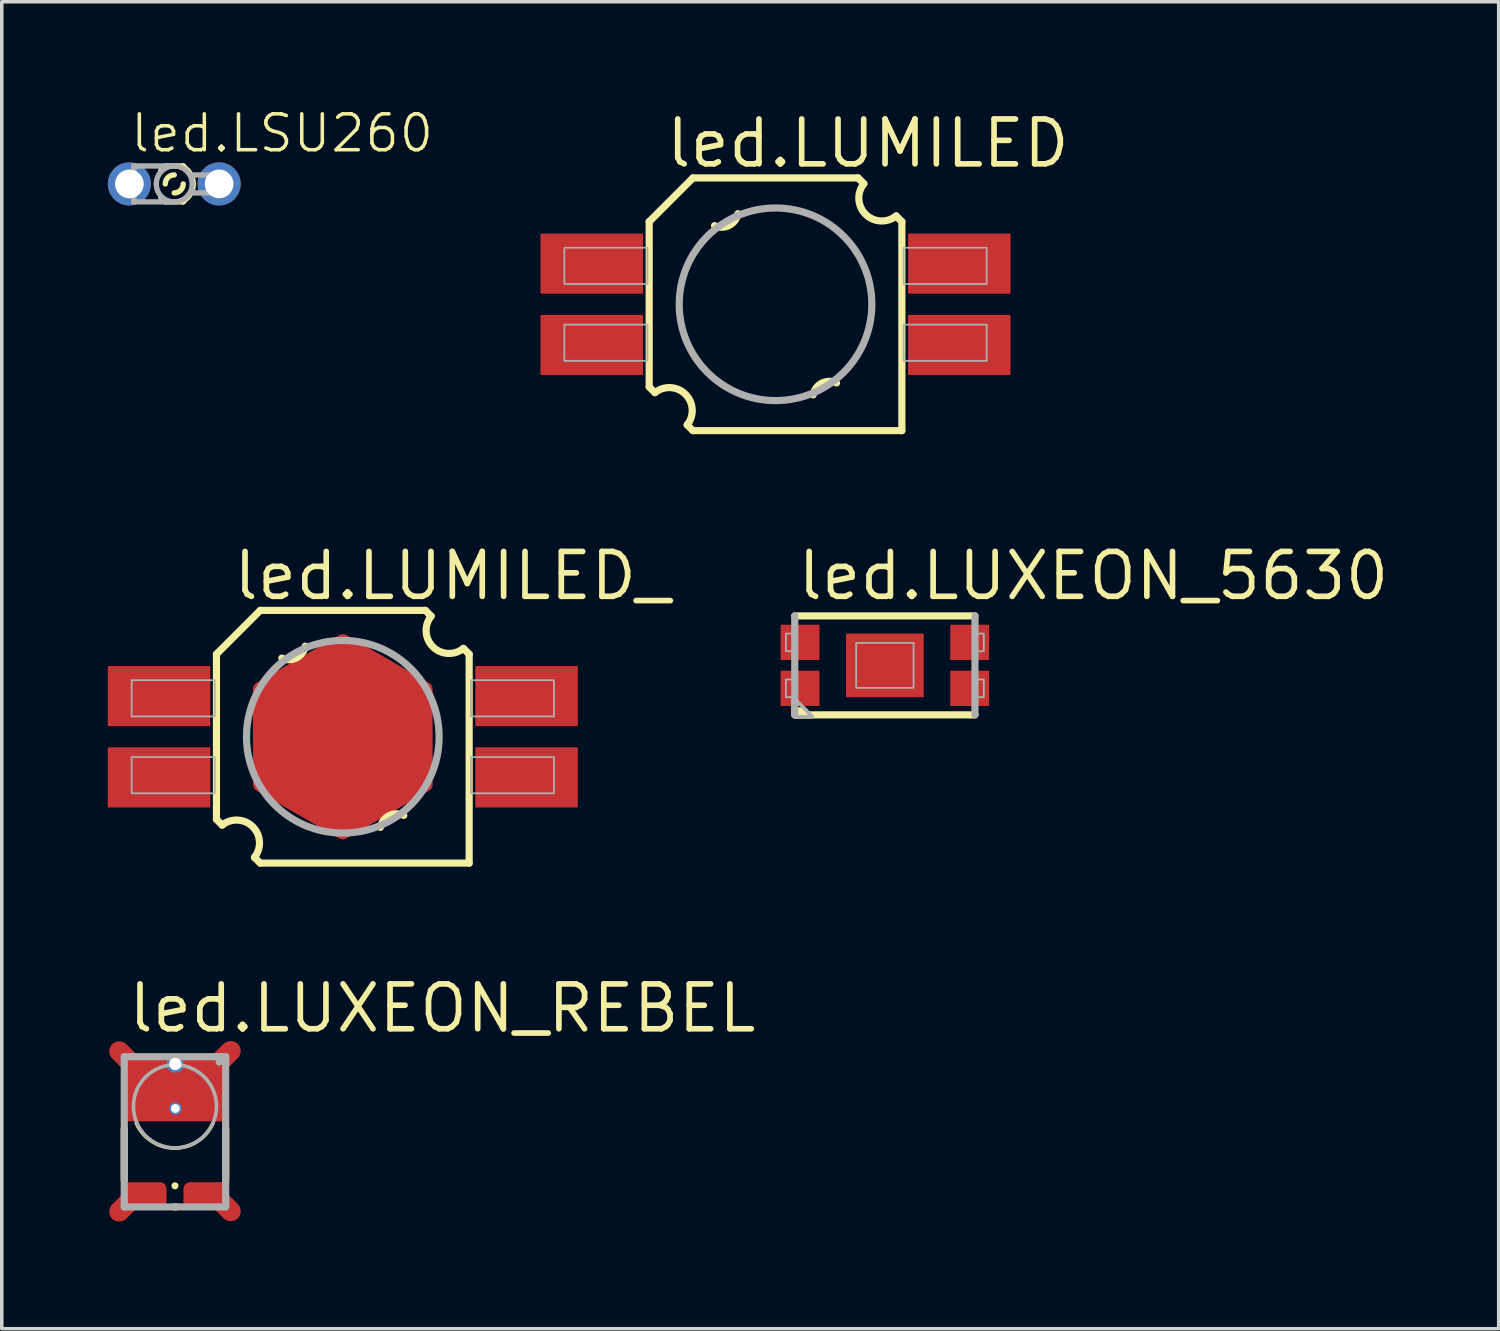
<source format=kicad_pcb>
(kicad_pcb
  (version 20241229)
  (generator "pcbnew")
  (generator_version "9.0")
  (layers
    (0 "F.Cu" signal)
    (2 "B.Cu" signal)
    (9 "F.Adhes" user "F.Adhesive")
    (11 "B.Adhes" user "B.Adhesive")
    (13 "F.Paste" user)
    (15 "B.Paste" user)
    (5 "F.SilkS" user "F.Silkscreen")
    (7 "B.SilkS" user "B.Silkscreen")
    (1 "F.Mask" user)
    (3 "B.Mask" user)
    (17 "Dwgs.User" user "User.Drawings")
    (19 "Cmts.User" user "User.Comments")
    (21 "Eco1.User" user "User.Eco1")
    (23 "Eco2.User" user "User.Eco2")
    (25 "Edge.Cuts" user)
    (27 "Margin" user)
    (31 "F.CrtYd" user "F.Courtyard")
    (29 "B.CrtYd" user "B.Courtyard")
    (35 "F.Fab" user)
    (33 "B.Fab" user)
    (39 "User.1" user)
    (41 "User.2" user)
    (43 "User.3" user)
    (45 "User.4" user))
  (footprint "led.LUMILED_"
    (layer "F.Cu")
    (at 6.65 17.797)
    (property "Reference" "led.LUMILED_" (at -3.175 -3.81 0) (layer "F.SilkS") (effects (font (size 1.27 1.27) (thickness 0.16)) (justify left bottom)))
    (attr smd)
    (fp_poly (pts (xy 2.338 -1.35) (xy 0 -2.7) (xy -2.338 -1.35) (xy -2.338 1.35) (xy 0 2.7) (xy 2.338 1.35)) (stroke (width 0.406) (type default)) (fill yes) (layer "F.Cu"))
    (fp_poly (pts (xy 2.338 -1.35) (xy 0 -2.7) (xy -2.338 -1.35) (xy -2.338 1.35) (xy 0 2.7) (xy 2.338 1.35)) (stroke (width 0.406) (type default)) (fill yes) (layer "F.Mask"))
    (fp_line (start -3.575 -2.337) (end -2.337 -3.575) (stroke (width 0.203) (type default)) (layer "F.SilkS"))
    (fp_line (start -3.575 2.337) (end -3.575 -2.337) (stroke (width 0.203) (type default)) (layer "F.SilkS"))
    (fp_line (start -3.413 2.5) (end -3.575 2.337) (stroke (width 0.203) (type default)) (layer "F.SilkS"))
    (fp_line (start -2.337 -3.575) (end 2.337 -3.575) (stroke (width 0.203) (type default)) (layer "F.SilkS"))
    (fp_line (start -2.337 3.575) (end -2.5 3.413) (stroke (width 0.203) (type default)) (layer "F.SilkS"))
    (fp_line (start 2.337 -3.575) (end 2.5 -3.413) (stroke (width 0.203) (type default)) (layer "F.SilkS"))
    (fp_line (start 3.413 -2.5) (end 3.575 -2.337) (stroke (width 0.203) (type default)) (layer "F.SilkS"))
    (fp_line (start 3.575 -2.337) (end 3.575 3.575) (stroke (width 0.203) (type default)) (layer "F.SilkS"))
    (fp_line (start 3.575 3.575) (end -2.337 3.575) (stroke (width 0.203) (type default)) (layer "F.SilkS"))
    (fp_arc (start -3.4125 2.5) (mid -2.547491 2.547491) (end -2.5 3.4125) (stroke (width 0.2032) (type default)) (layer "F.SilkS"))
    (fp_arc (start -1.0625 -2.5625) (mid -1.310943 -2.231203) (end -1.725 -2.225) (stroke (width 0.2032) (type default)) (layer "F.SilkS"))
    (fp_arc (start 1.0625 2.5625) (mid 1.310943 2.231203) (end 1.725 2.225) (stroke (width 0.2032) (type default)) (layer "F.SilkS"))
    (fp_arc (start 3.4125 -2.5) (mid 2.547491 -2.547491) (end 2.5 -3.4125) (stroke (width 0.2032) (type default)) (layer "F.SilkS"))
    (fp_poly (pts (xy 2.338 -1.35) (xy 0 -2.7) (xy -2.338 -1.35) (xy -2.338 1.35) (xy 0 2.7) (xy 2.338 1.35)) (stroke (width 0.406) (type default)) (fill yes) (layer "F.Paste"))
    (fp_rect (start -5.975 -0.575) (end -3.625 -1.6) (stroke (width 0.05) (type default)) (fill no) (layer "F.Fab"))
    (fp_rect (start -5.975 1.6) (end -3.625 0.575) (stroke (width 0.05) (type default)) (fill no) (layer "F.Fab"))
    (fp_rect (start 3.625 -0.575) (end 5.975 -1.6) (stroke (width 0.05) (type default)) (fill no) (layer "F.Fab"))
    (fp_rect (start 3.625 1.6) (end 5.975 0.575) (stroke (width 0.05) (type default)) (fill no) (layer "F.Fab"))
    (fp_circle (center 0 0) (end 2.725 0) (stroke (width 0.203) (type default)) (fill no) (layer "F.Fab"))
    (pad "1NC" smd roundrect (at -5.2 -1.15) (size 2.9 1.7) (layers "F.Cu" "F.Mask" "F.Paste") (roundrect_rratio 0.01))
    (pad "2+" smd roundrect (at -5.2 1.15) (size 2.9 1.7) (layers "F.Cu" "F.Mask" "F.Paste") (roundrect_rratio 0.01))
    (pad "3NC" smd roundrect (at 5.2 1.15 180) (size 2.9 1.7) (layers "F.Cu" "F.Mask" "F.Paste") (roundrect_rratio 0.01))
    (pad "4-" smd roundrect (at 5.2 -1.15 180) (size 2.9 1.7) (layers "F.Cu" "F.Mask" "F.Paste") (roundrect_rratio 0.01)))
  (footprint "led.LUMILED"
    (layer "F.Cu")
    (at 18.894 5.56)
    (property "Reference" "led.LUMILED" (at -3.175 -3.81 0) (layer "F.SilkS") (effects (font (size 1.27 1.27) (thickness 0.16)) (justify left bottom)))
    (attr smd)
    (fp_poly (pts (xy 2.338 -1.35) (xy 0 -2.7) (xy -2.338 -1.35) (xy -2.338 1.35) (xy 0 2.7) (xy 2.338 1.35)) (stroke (width 0.406) (type default)) (fill yes) (layer "F.Mask"))
    (fp_line (start -3.575 -2.337) (end -2.337 -3.575) (stroke (width 0.203) (type default)) (layer "F.SilkS"))
    (fp_line (start -3.575 2.337) (end -3.575 -2.337) (stroke (width 0.203) (type default)) (layer "F.SilkS"))
    (fp_line (start -3.413 2.5) (end -3.575 2.337) (stroke (width 0.203) (type default)) (layer "F.SilkS"))
    (fp_line (start -2.337 -3.575) (end 2.337 -3.575) (stroke (width 0.203) (type default)) (layer "F.SilkS"))
    (fp_line (start -2.337 3.575) (end -2.5 3.413) (stroke (width 0.203) (type default)) (layer "F.SilkS"))
    (fp_line (start 2.337 -3.575) (end 2.5 -3.413) (stroke (width 0.203) (type default)) (layer "F.SilkS"))
    (fp_line (start 3.413 -2.5) (end 3.575 -2.337) (stroke (width 0.203) (type default)) (layer "F.SilkS"))
    (fp_line (start 3.575 -2.337) (end 3.575 3.575) (stroke (width 0.203) (type default)) (layer "F.SilkS"))
    (fp_line (start 3.575 3.575) (end -2.337 3.575) (stroke (width 0.203) (type default)) (layer "F.SilkS"))
    (fp_arc (start -3.4125 2.5) (mid -2.547491 2.547491) (end -2.5 3.4125) (stroke (width 0.2032) (type default)) (layer "F.SilkS"))
    (fp_arc (start -1.0625 -2.5625) (mid -1.310943 -2.231203) (end -1.725 -2.225) (stroke (width 0.2032) (type default)) (layer "F.SilkS"))
    (fp_arc (start 1.0625 2.5625) (mid 1.310943 2.231203) (end 1.725 2.225) (stroke (width 0.2032) (type default)) (layer "F.SilkS"))
    (fp_arc (start 3.4125 -2.5) (mid 2.547491 -2.547491) (end 2.5 -3.4125) (stroke (width 0.2032) (type default)) (layer "F.SilkS"))
    (fp_poly (pts (xy 2.338 -1.35) (xy 0 -2.7) (xy -2.338 -1.35) (xy -2.338 1.35) (xy 0 2.7) (xy 2.338 1.35)) (stroke (width 0.406) (type default)) (fill yes) (layer "F.Paste"))
    (fp_rect (start -5.975 -0.575) (end -3.625 -1.6) (stroke (width 0.05) (type default)) (fill no) (layer "F.Fab"))
    (fp_rect (start -5.975 1.6) (end -3.625 0.575) (stroke (width 0.05) (type default)) (fill no) (layer "F.Fab"))
    (fp_rect (start 3.625 -0.575) (end 5.975 -1.6) (stroke (width 0.05) (type default)) (fill no) (layer "F.Fab"))
    (fp_rect (start 3.625 1.6) (end 5.975 0.575) (stroke (width 0.05) (type default)) (fill no) (layer "F.Fab"))
    (fp_circle (center 0 0) (end 2.725 0) (stroke (width 0.203) (type default)) (fill no) (layer "F.Fab"))
    (pad "1NC" smd roundrect (at -5.2 -1.15) (size 2.9 1.7) (layers "F.Cu" "F.Mask" "F.Paste") (roundrect_rratio 0.01))
    (pad "2+" smd roundrect (at -5.2 1.15) (size 2.9 1.7) (layers "F.Cu" "F.Mask" "F.Paste") (roundrect_rratio 0.01))
    (pad "3NC" smd roundrect (at 5.2 1.15 180) (size 2.9 1.7) (layers "F.Cu" "F.Mask" "F.Paste") (roundrect_rratio 0.01))
    (pad "4-" smd roundrect (at 5.2 -1.15 180) (size 2.9 1.7) (layers "F.Cu" "F.Mask" "F.Paste") (roundrect_rratio 0.01)))
  (footprint "led.LUXEON_5630"
    (layer "F.Cu")
    (at 21.988 15.777)
    (property "Reference" "led.LUXEON_5630" (at -2.55 -1.79 0) (layer "F.SilkS") (effects (font (size 1.27 1.27) (thickness 0.16)) (justify left bottom)))
    (attr smd)
    (fp_line (start -2.55 -1.4) (end 2.55 -1.4) (stroke (width 0.203) (type default)) (layer "F.SilkS"))
    (fp_line (start 2.55 1.4) (end -2.55 1.4) (stroke (width 0.203) (type default)) (layer "F.SilkS"))
    (fp_poly (pts (xy -2.263 1.238) (xy -2.05 1.45) (xy -2.55 1.45) (xy -2.6 1.4) (xy -2.6 1.238)) (stroke (width 0.1) (type default)) (fill yes) (layer "F.SilkS"))
    (fp_line (start -2.55 1.4) (end -2.55 -1.4) (stroke (width 0.203) (type default)) (layer "F.Fab"))
    (fp_line (start 2.55 -1.4) (end 2.55 1.4) (stroke (width 0.203) (type default)) (layer "F.Fab"))
    (fp_rect (start -2.8 -0.4) (end -2.55 -0.9) (stroke (width 0.05) (type default)) (fill no) (layer "F.Fab"))
    (fp_rect (start -2.8 0.9) (end -2.55 0.4) (stroke (width 0.05) (type default)) (fill no) (layer "F.Fab"))
    (fp_rect (start -0.812 0.637) (end 0.812 -0.637) (stroke (width 0.05) (type default)) (fill no) (layer "F.Fab"))
    (fp_rect (start 2.55 -0.4) (end 2.8 -0.9) (stroke (width 0.05) (type default)) (fill no) (layer "F.Fab"))
    (fp_rect (start 2.55 0.9) (end 2.8 0.4) (stroke (width 0.05) (type default)) (fill no) (layer "F.Fab"))
    (fp_poly (pts (xy -2.6 0.9) (xy -2.05 1.45) (xy -2.55 1.45) (xy -2.6 1.4)) (stroke (width 0.1) (type default)) (fill no) (layer "F.Fab"))
    (pad "1@1" smd roundrect (at -2.4 0.65) (size 1.1 1) (layers "F.Cu" "F.Mask" "F.Paste") (roundrect_rratio 0.01))
    (pad "1@2" smd roundrect (at -2.4 -0.65) (size 1.1 1) (layers "F.Cu" "F.Mask" "F.Paste") (roundrect_rratio 0.01))
    (pad "2" smd roundrect (at 2.4 0.65) (size 1.1 1) (layers "F.Cu" "F.Mask" "F.Paste") (roundrect_rratio 0.01))
    (pad "3" smd roundrect (at 0 0) (size 2.2 1.8) (layers "F.Cu" "F.Mask" "F.Paste") (roundrect_rratio 0.01))
    (pad "4" smd roundrect (at 2.4 -0.65) (size 1.1 1) (layers "F.Cu" "F.Mask" "F.Paste") (roundrect_rratio 0.01)))
  (footprint "led.LUXEON_REBEL"
    (layer "F.Cu")
    (at 1.901 28.255)
    (property "Reference" "led.LUXEON_REBEL" (at -1.397 -2.032 0) (layer "F.SilkS") (effects (font (size 1.27 1.27) (thickness 0.16)) (justify left bottom)))
    (attr smd)
    (fp_circle (center 0.01 -1.2) (end 0.23 -1.2) (stroke (width 0.1) (type default)) (fill no) (layer "F.Mask"))
    (fp_circle (center 0.01 0.06) (end 0.23 0.06) (stroke (width 0.1) (type default)) (fill no) (layer "F.Mask"))
    (fp_poly (pts (xy -0.37 2.28) (xy -0.37 2.74) (xy -1.01 2.74) (xy -1.51 3.24) (xy -1.84 2.91) (xy -1.37 2.44) (xy -1.37 2.28)) (stroke (width 0.102) (type default)) (fill yes) (layer "F.Mask"))
    (fp_poly (pts (xy 0.37 2.74) (xy 0.37 2.28) (xy 1.37 2.28) (xy 1.37 2.43) (xy 1.85 2.91) (xy 1.52 3.24) (xy 1.02 2.74)) (stroke (width 0.102) (type default)) (fill yes) (layer "F.Mask"))
    (fp_poly (pts (xy -0.52 -1.33) (xy -0.52 -1.2) (xy 0.01 -0.67) (xy 0.01 -0.47) (xy -0.52 0.06) (xy -0.52 0.23) (xy -1.37 0.23) (xy -1.37 -1.02) (xy -1.85 -1.5) (xy -1.52 -1.83) (xy -1.02 -1.33)) (stroke (width 0.102) (type default)) (fill yes) (layer "F.Mask"))
    (fp_poly (pts (xy 0.54 0.23) (xy 0.54 0.06) (xy 0.01 -0.47) (xy 0.01 -0.67) (xy 0.54 -1.2) (xy 0.54 -1.33) (xy 1.01 -1.33) (xy 1.51 -1.83) (xy 1.84 -1.5) (xy 1.37 -1.03) (xy 1.37 0.23)) (stroke (width 0.102) (type default)) (fill yes) (layer "F.Mask"))
    (fp_line (start -1.435 2.083) (end -1.435 0.627) (stroke (width 0.203) (type default)) (layer "F.SilkS"))
    (fp_line (start 0.038 2.845) (end -0.018 2.845) (stroke (width 0.203) (type default)) (layer "F.SilkS"))
    (fp_line (start 1.435 0.627) (end 1.435 2.083) (stroke (width 0.203) (type default)) (layer "F.SilkS"))
    (fp_arc (start 1.075 0.475) (mid -0.01 1.181553) (end -1.095 0.475) (stroke (width 0.1016) (type default)) (layer "F.SilkS"))
    (fp_circle (center 0 2.248) (end 0.05 2.248) (stroke (width 0.1) (type default)) (fill no) (layer "F.SilkS"))
    (fp_poly (pts (xy -0.37 2.28) (xy -0.37 2.74) (xy -1.01 2.74) (xy -1.51 3.24) (xy -1.84 2.91) (xy -1.37 2.44) (xy -1.37 2.28)) (stroke (width 0.051) (type default)) (fill yes) (layer "F.Paste"))
    (fp_poly (pts (xy 0.37 2.74) (xy 0.37 2.28) (xy 1.37 2.28) (xy 1.37 2.43) (xy 1.85 2.91) (xy 1.52 3.24) (xy 1.02 2.74)) (stroke (width 0.051) (type default)) (fill yes) (layer "F.Paste"))
    (fp_poly (pts (xy -0.52 -1.33) (xy -0.52 -1.2) (xy 0.01 -0.67) (xy 0.01 -0.47) (xy -0.52 0.06) (xy -0.52 0.23) (xy -1.37 0.23) (xy -1.37 -1.02) (xy -1.85 -1.5) (xy -1.52 -1.83) (xy -1.02 -1.33)) (stroke (width 0.051) (type default)) (fill yes) (layer "F.Paste"))
    (fp_poly (pts (xy 0.54 0.23) (xy 0.54 0.06) (xy 0.01 -0.47) (xy 0.01 -0.67) (xy 0.54 -1.2) (xy 0.54 -1.33) (xy 1.01 -1.33) (xy 1.51 -1.83) (xy 1.84 -1.5) (xy 1.37 -1.03) (xy 1.37 0.23)) (stroke (width 0.051) (type default)) (fill yes) (layer "F.Paste"))
    (fp_line (start -1.435 -1.405) (end 1.435 -1.405) (stroke (width 0.203) (type default)) (layer "F.Fab"))
    (fp_line (start -1.435 2.845) (end -1.435 -1.405) (stroke (width 0.203) (type default)) (layer "F.Fab"))
    (fp_line (start 1.435 -1.405) (end 1.435 2.845) (stroke (width 0.203) (type default)) (layer "F.Fab"))
    (fp_line (start 1.435 2.845) (end -1.435 2.845) (stroke (width 0.203) (type default)) (layer "F.Fab"))
    (fp_circle (center 0 0) (end 1.175 0) (stroke (width 0.102) (type default)) (fill no) (layer "F.Fab"))
    (fp_circle (center 1.25 -1.25) (end 1.3 -1.25) (stroke (width 0.1) (type default)) (fill no) (layer "F.Fab"))
    (pad "A" smd roundrect (at 0.87 2.51 180) (size 1.26 0.73) (layers "F.Cu" "F.Mask" "F.Paste") (roundrect_rratio 0.25))
    (pad "A@1" smd roundrect (at 1.39 2.78 315) (size 1.1 0.57) (layers "F.Cu" "F.Mask" "F.Paste") (roundrect_rratio 0.5))
    (pad "C" smd roundrect (at -0.87 2.51 180) (size 1.26 0.73) (layers "F.Cu" "F.Mask" "F.Paste") (roundrect_rratio 0.25))
    (pad "C@1" smd roundrect (at -1.39 2.79 225) (size 1.1 0.57) (layers "F.Cu" "F.Mask" "F.Paste") (roundrect_rratio 0.5))
    (pad "TH" smd roundrect (at 0.01 -0.49 180) (size 2.86 1.83) (layers "F.Cu" "F.Mask" "F.Paste") (roundrect_rratio 0.01))
    (pad "TH@1" smd roundrect (at -1.39 -1.37 135) (size 1.1 0.57) (layers "F.Cu" "F.Mask" "F.Paste") (roundrect_rratio 0.5))
    (pad "TH@2" smd roundrect (at 1.39 -1.38 45) (size 1.1 0.57) (layers "F.Cu" "F.Mask" "F.Paste") (roundrect_rratio 0.5))
    (pad "TH@3" thru_hole circle (at 0.01 0.06 180) (size 0.35 0.35) (drill 0.25) (layers "*.Cu" "*.Mask"))
    (pad "TH@4" thru_hole circle (at 0.01 -1.2 180) (size 0.5 0.5) (drill 0.35) (layers "*.Cu" "*.Mask")))
  (footprint "led.LSU260"
    (layer "F.Cu")
    (at 1.88 2.154)
    (property "Reference" "led.LSU260" (at -1.295 -0.838 0) (layer "F.SilkS") (effects (font (size 1.016 1.016) (thickness 0.1)) (justify left bottom)))
    (attr through_hole)
    (fp_line (start -0.381 -0.381) (end -0.254 -0.508) (stroke (width 0.152) (type default)) (layer "F.SilkS"))
    (fp_line (start -0.381 0.381) (end -0.254 0.508) (stroke (width 0.152) (type default)) (layer "F.SilkS"))
    (fp_line (start 0.254 -0.508) (end -0.254 -0.508) (stroke (width 0.152) (type default)) (layer "F.SilkS"))
    (fp_line (start 0.254 0.508) (end -0.254 0.508) (stroke (width 0.152) (type default)) (layer "F.SilkS"))
    (fp_line (start 0.381 -0.381) (end 0.254 -0.508) (stroke (width 0.152) (type default)) (layer "F.SilkS"))
    (fp_line (start 0.381 0.381) (end 0.254 0.508) (stroke (width 0.152) (type default)) (layer "F.SilkS"))
    (fp_arc (start -0.254 0) (mid -0.179605 -0.179605) (end 0 -0.254) (stroke (width 0.1524) (type default)) (layer "F.SilkS"))
    (fp_arc (start 0.254 0) (mid 0.179605 0.179605) (end 0 0.254) (stroke (width 0.1524) (type default)) (layer "F.SilkS"))
    (fp_arc (start 0.381 -0.381) (mid 0.538815 0) (end 0.381 0.381) (stroke (width 0.1524) (type default)) (layer "F.SilkS"))
    (fp_line (start -1.397 -0.254) (end -1.143 -0.254) (stroke (width 0.152) (type default)) (layer "F.Fab"))
    (fp_line (start -1.397 0.254) (end -1.397 -0.254) (stroke (width 0.152) (type default)) (layer "F.Fab"))
    (fp_line (start -1.143 -0.508) (end 0 -0.508) (stroke (width 0.152) (type default)) (layer "F.Fab"))
    (fp_line (start -1.143 -0.254) (end -1.143 -0.508) (stroke (width 0.152) (type default)) (layer "F.Fab"))
    (fp_line (start -1.143 0.254) (end -1.397 0.254) (stroke (width 0.152) (type default)) (layer "F.Fab"))
    (fp_line (start -1.143 0.254) (end -1.143 -0.254) (stroke (width 0.152) (type default)) (layer "F.Fab"))
    (fp_line (start -1.143 0.508) (end -1.143 0.254) (stroke (width 0.152) (type default)) (layer "F.Fab"))
    (fp_line (start 0 0.508) (end -1.143 0.508) (stroke (width 0.152) (type default)) (layer "F.Fab"))
    (fp_line (start 0.508 0.254) (end 1.397 0.254) (stroke (width 0.152) (type default)) (layer "F.Fab"))
    (fp_line (start 1.397 -0.254) (end 0.508 -0.254) (stroke (width 0.152) (type default)) (layer "F.Fab"))
    (fp_line (start 1.397 0.254) (end 1.397 -0.254) (stroke (width 0.152) (type default)) (layer "F.Fab"))
    (fp_rect (start -1.397 0.254) (end -1.143 -0.254) (stroke (width 0.05) (type default)) (fill no) (layer "F.Fab"))
    (fp_rect (start 0.508 0.254) (end 1.397 -0.254) (stroke (width 0.05) (type default)) (fill no) (layer "F.Fab"))
    (fp_circle (center 0 0) (end 0.508 0) (stroke (width 0.152) (type default)) (fill no) (layer "F.Fab"))
    (pad "A" thru_hole circle (at -1.27 0) (size 1.219 1.219) (drill 0.813) (layers "*.Cu" "*.Mask"))
    (pad "K" thru_hole circle (at 1.27 0) (size 1.219 1.219) (drill 0.813) (layers "*.Cu" "*.Mask")))
  (gr_rect
    (start -3 -3)
    (end 39.356 34.546)
    (stroke (width 0.1) (type default))
    (fill no)
    (layer "Edge.Cuts")))
</source>
